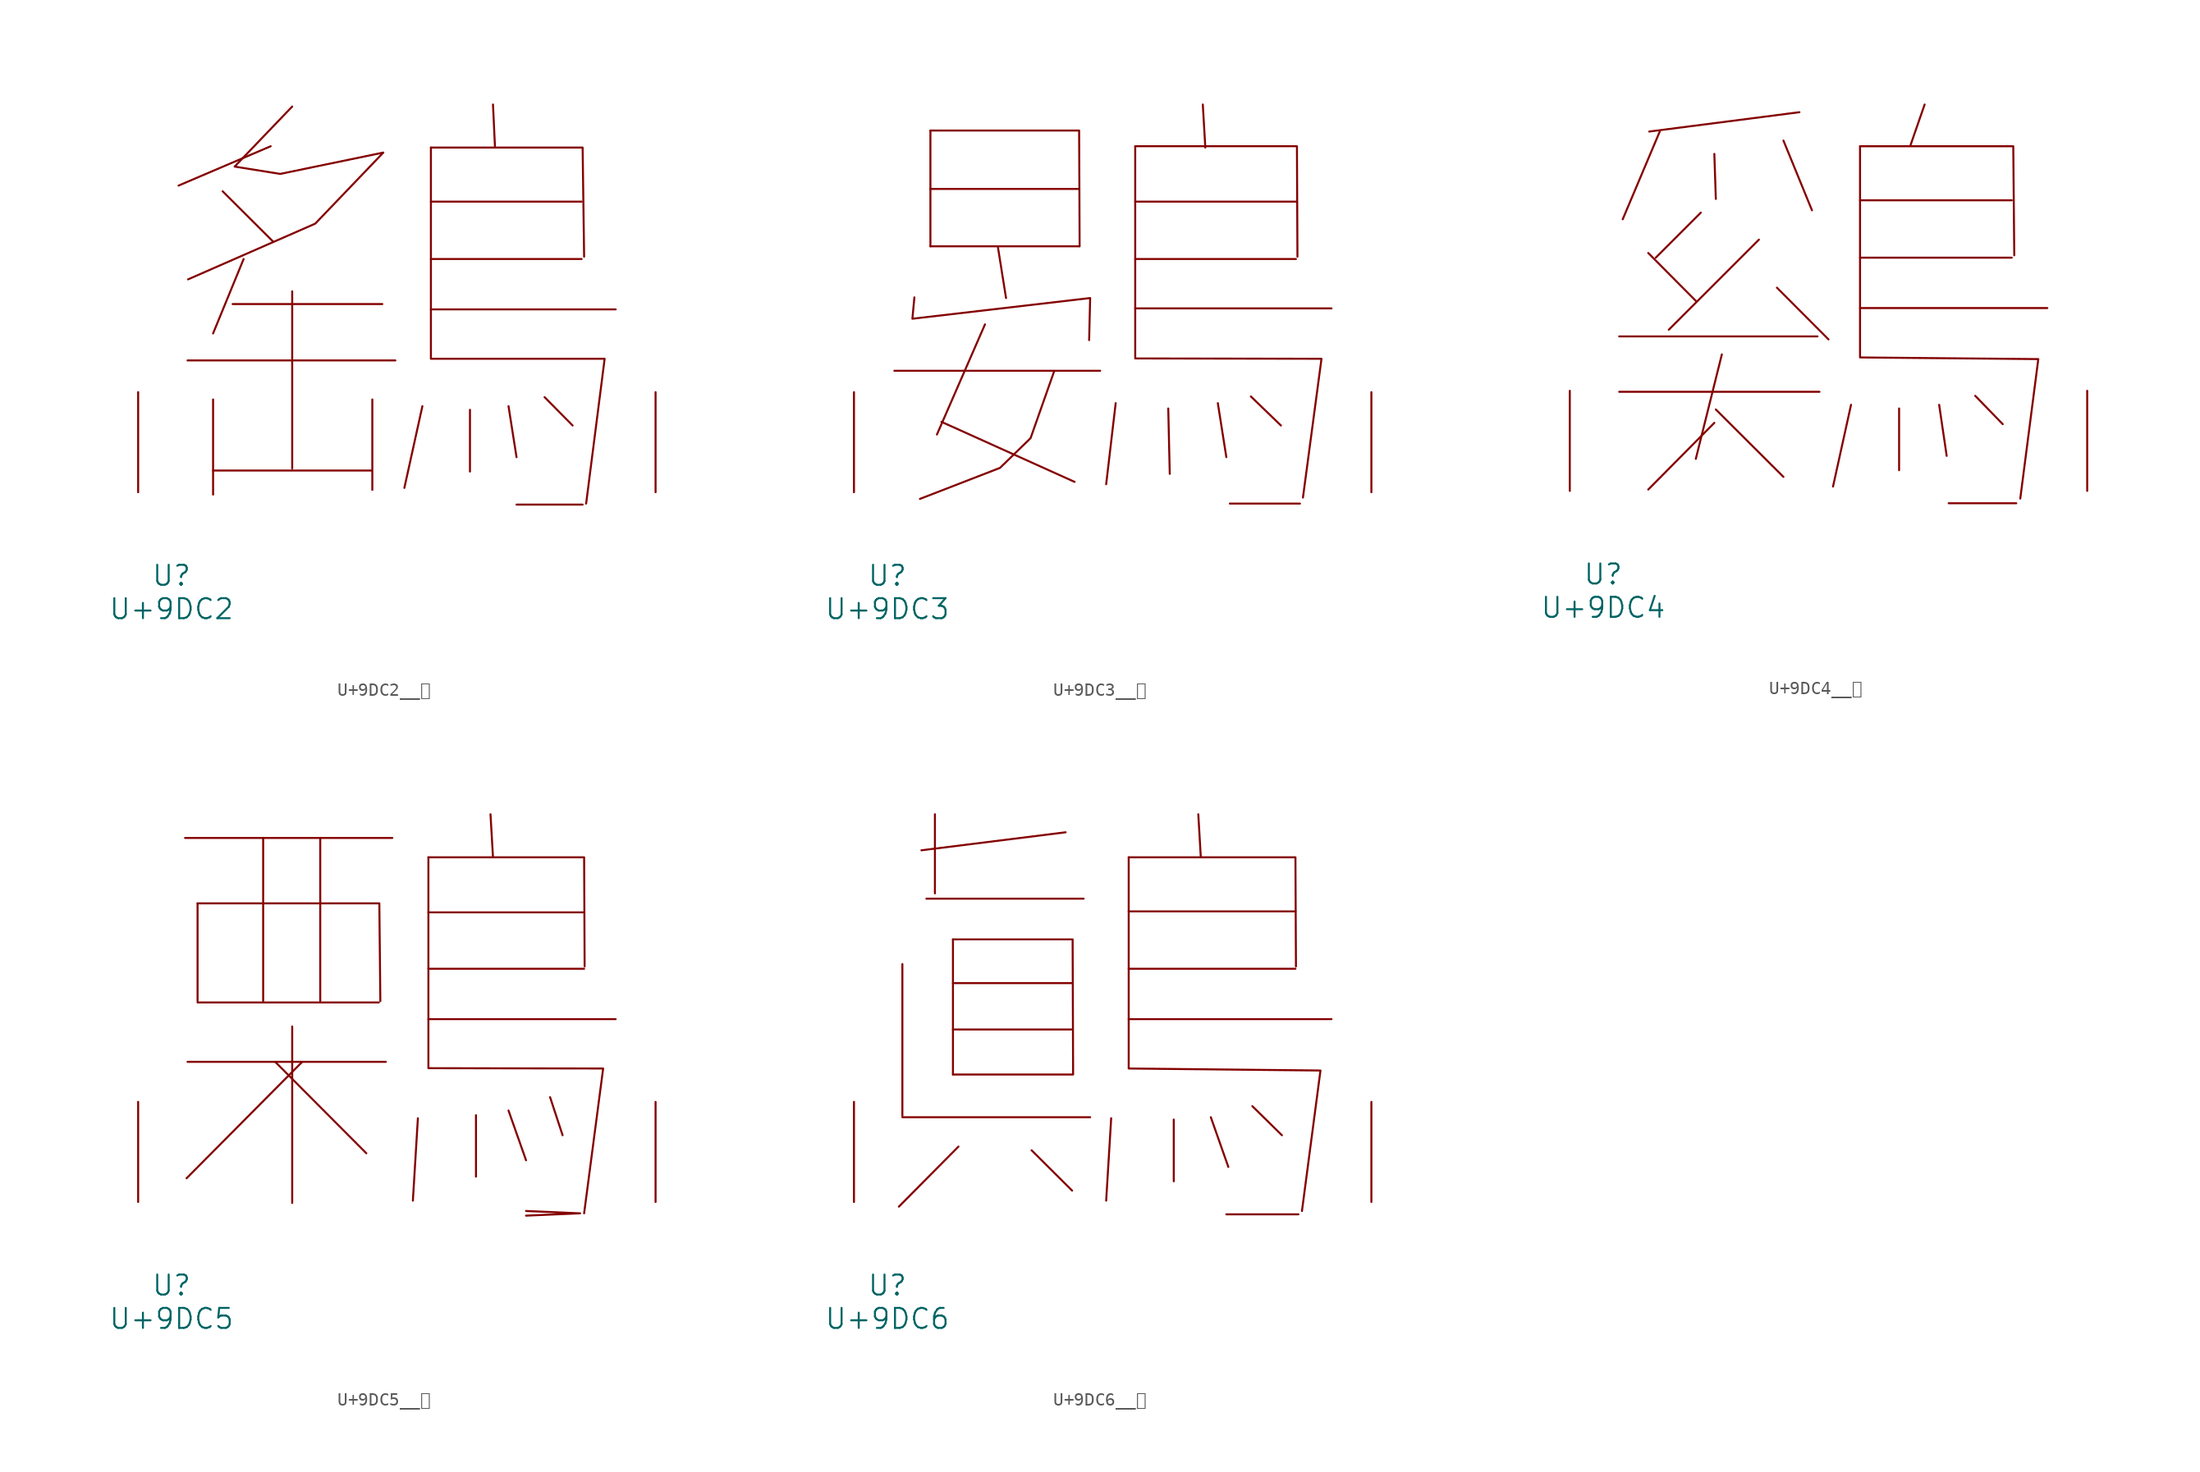
<source format=kicad_sym>
(kicad_symbol_lib
  (version 20231120)
  (generator "kicad_symbol_editor")
  (generator_version "8.0")
  (symbol "U+9DC2__鷂"
    (pin_names
      (offset 1.016))
    (property "Reference" "U"
      (at 0 -6.35 0)
      (effects (font (size 1.524 1.524))))
    (property "Value" "U+9DC2"
      (at 0 -8.89 0)
      (effects (font (size 1.524 1.524))))
    (symbol "U+9DC2__鷂_0_1"
      (polyline (pts (xy 1.219 10.033) (xy 17.031 10.033)) (stroke (width 0) (type solid)) (fill (type none)))
      (polyline (pts (xy 3.162 1.651) (xy 15.202 1.651)) (stroke (width 0) (type solid)) (fill (type none)))
      (polyline (pts (xy 3.162 7.061) (xy 3.162 -0.178)) (stroke (width 0) (type solid)) (fill (type none)))
      (polyline (pts (xy 3.886 22.911) (xy 7.734 19.075)) (stroke (width 0) (type solid)) (fill (type none)))
      (polyline (pts (xy 4.648 14.326) (xy 16.04 14.326)) (stroke (width 0) (type solid)) (fill (type none)))
      (polyline (pts (xy 5.486 17.755) (xy 3.162 12.09)) (stroke (width 0) (type solid)) (fill (type none)))
      (polyline (pts (xy 7.544 26.34) (xy 0.533 23.343)) (stroke (width 0) (type solid)) (fill (type none)))
      (polyline (pts (xy 9.182 15.291) (xy 9.182 1.803)) (stroke (width 0) (type solid)) (fill (type none)))
      (polyline (pts (xy 15.278 7.061) (xy 15.278 0.178)) (stroke (width 0) (type solid)) (fill (type none)))
      (polyline (pts (xy 19.088 6.553) (xy 17.716 0.33)) (stroke (width 0) (type solid)) (fill (type none)))
      (polyline (pts (xy 19.736 13.919) (xy 33.795 13.919)) (stroke (width 0) (type solid)) (fill (type none)))
      (polyline (pts (xy 19.736 17.755) (xy 31.204 17.755)) (stroke (width 0) (type solid)) (fill (type none)))
      (polyline (pts (xy 19.736 22.123) (xy 31.204 22.123)) (stroke (width 0) (type solid)) (fill (type none)))
      (polyline (pts (xy 22.708 6.274) (xy 22.708 1.575)) (stroke (width 0) (type solid)) (fill (type none)))
      (polyline (pts (xy 24.46 29.515) (xy 24.613 26.238)) (stroke (width 0) (type solid)) (fill (type none)))
      (polyline (pts (xy 25.641 6.553) (xy 26.251 2.667)) (stroke (width 0) (type solid)) (fill (type none)))
      (polyline (pts (xy 26.251 -0.94) (xy 31.28 -0.94)) (stroke (width 0) (type solid)) (fill (type none)))
      (polyline (pts (xy 28.384 7.239) (xy 30.518 5.08)) (stroke (width 0) (type solid)) (fill (type none)))
      (polyline (pts (xy 19.736 26.238) (xy 31.28 26.238) (xy 31.394 17.932)) (stroke (width 0) (type solid)) (fill (type none)))
      (polyline (pts (xy 19.736 26.238) (xy 19.736 10.16) (xy 32.956 10.16) (xy 31.547 -0.864)) (stroke (width 0) (type solid)) (fill (type none)))
      (polyline (pts (xy 9.182 29.362) (xy 4.801 24.79) (xy 8.268 24.232) (xy 16.116 25.857) (xy 10.935 20.447) (xy 1.257 16.205)) (stroke (width 0) (type solid)) (fill (type none)))
      (pin input line (at -2.54 0 90) (length 7.62) (name "~" (effects (font (size 1.27 1.27)))) (number "~" (effects (font (size 1.27 1.27)))))
      (pin input line (at 36.83 0 90) (length 7.62) (name "~" (effects (font (size 1.27 1.27)))) (number "~" (effects (font (size 1.27 1.27)))))))
  (symbol "U+9DC3__鷃"
    (pin_names
      (offset 1.016))
    (property "Reference" "U"
      (at 0 -6.35 0)
      (effects (font (size 1.524 1.524))))
    (property "Value" "U+9DC3"
      (at 0 -8.89 0)
      (effects (font (size 1.524 1.524))))
    (symbol "U+9DC3__鷃_0_1"
      (polyline (pts (xy 0.533 9.246) (xy 16.192 9.246)) (stroke (width 0) (type solid)) (fill (type none)))
      (polyline (pts (xy 3.277 18.72) (xy 14.592 18.72)) (stroke (width 0) (type solid)) (fill (type none)))
      (polyline (pts (xy 3.277 23.089) (xy 14.592 23.089)) (stroke (width 0) (type solid)) (fill (type none)))
      (polyline (pts (xy 3.277 27.534) (xy 3.277 18.72)) (stroke (width 0) (type solid)) (fill (type none)))
      (polyline (pts (xy 4.115 5.359) (xy 14.249 0.787)) (stroke (width 0) (type solid)) (fill (type none)))
      (polyline (pts (xy 7.429 12.776) (xy 3.772 4.394)) (stroke (width 0) (type solid)) (fill (type none)))
      (polyline (pts (xy 8.42 18.618) (xy 9.03 14.783)) (stroke (width 0) (type solid)) (fill (type none)))
      (polyline (pts (xy 17.374 6.782) (xy 16.65 0.61)) (stroke (width 0) (type solid)) (fill (type none)))
      (polyline (pts (xy 18.86 13.995) (xy 33.795 13.995)) (stroke (width 0) (type solid)) (fill (type none)))
      (polyline (pts (xy 18.86 17.755) (xy 31.09 17.755)) (stroke (width 0) (type solid)) (fill (type none)))
      (polyline (pts (xy 18.86 22.123) (xy 31.09 22.123)) (stroke (width 0) (type solid)) (fill (type none)))
      (polyline (pts (xy 21.374 6.375) (xy 21.488 1.397)) (stroke (width 0) (type solid)) (fill (type none)))
      (polyline (pts (xy 24.003 29.515) (xy 24.194 26.238)) (stroke (width 0) (type solid)) (fill (type none)))
      (polyline (pts (xy 25.146 6.782) (xy 25.794 2.667)) (stroke (width 0) (type solid)) (fill (type none)))
      (polyline (pts (xy 26.06 -0.864) (xy 31.394 -0.864)) (stroke (width 0) (type solid)) (fill (type none)))
      (polyline (pts (xy 27.661 7.29) (xy 29.947 5.08)) (stroke (width 0) (type solid)) (fill (type none)))
      (polyline (pts (xy 3.277 27.534) (xy 14.592 27.534) (xy 14.63 18.72)) (stroke (width 0) (type solid)) (fill (type none)))
      (polyline (pts (xy 18.86 26.34) (xy 31.166 26.34) (xy 31.204 17.932)) (stroke (width 0) (type solid)) (fill (type none)))
      (polyline (pts (xy 2.057 14.834) (xy 1.905 13.208) (xy 15.431 14.783) (xy 15.354 11.582)) (stroke (width 0) (type solid)) (fill (type none)))
      (polyline (pts (xy 12.687 9.195) (xy 10.897 4.115) (xy 8.572 1.854) (xy 2.477 -0.508)) (stroke (width 0) (type solid)) (fill (type none)))
      (polyline (pts (xy 18.86 26.34) (xy 18.86 10.185) (xy 33.033 10.16) (xy 31.623 -0.406)) (stroke (width 0) (type solid)) (fill (type none)))
      (pin input line (at -2.54 0 90) (length 7.62) (name "~" (effects (font (size 1.27 1.27)))) (number "~" (effects (font (size 1.27 1.27)))))
      (pin input line (at 36.83 0 90) (length 7.62) (name "~" (effects (font (size 1.27 1.27)))) (number "~" (effects (font (size 1.27 1.27)))))))
  (symbol "U+9DC4__鷄"
    (pin_names
      (offset 1.016))
    (property "Reference" "U"
      (at 0 -6.35 0)
      (effects (font (size 1.524 1.524))))
    (property "Value" "U+9DC4"
      (at 0 -8.89 0)
      (effects (font (size 1.524 1.524))))
    (symbol "U+9DC4__鷄_0_1"
      (polyline (pts (xy 1.219 7.544) (xy 16.459 7.544)) (stroke (width 0) (type solid)) (fill (type none)))
      (polyline (pts (xy 1.219 11.76) (xy 16.307 11.76)) (stroke (width 0) (type solid)) (fill (type none)))
      (polyline (pts (xy 3.429 18.11) (xy 7.087 14.427)) (stroke (width 0) (type solid)) (fill (type none)))
      (polyline (pts (xy 4.305 27.356) (xy 1.486 20.676)) (stroke (width 0) (type solid)) (fill (type none)))
      (polyline (pts (xy 7.429 21.184) (xy 4 17.755)) (stroke (width 0) (type solid)) (fill (type none)))
      (polyline (pts (xy 8.458 5.182) (xy 3.429 0.102)) (stroke (width 0) (type solid)) (fill (type none)))
      (polyline (pts (xy 8.458 25.654) (xy 8.572 22.225)) (stroke (width 0) (type solid)) (fill (type none)))
      (polyline (pts (xy 8.572 6.198) (xy 13.716 1.067)) (stroke (width 0) (type solid)) (fill (type none)))
      (polyline (pts (xy 9.03 10.389) (xy 7.048 2.438)) (stroke (width 0) (type solid)) (fill (type none)))
      (polyline (pts (xy 11.849 19.126) (xy 4.991 12.268)) (stroke (width 0) (type solid)) (fill (type none)))
      (polyline (pts (xy 13.221 15.469) (xy 17.145 11.532)) (stroke (width 0) (type solid)) (fill (type none)))
      (polyline (pts (xy 13.716 26.67) (xy 15.888 21.361)) (stroke (width 0) (type solid)) (fill (type none)))
      (polyline (pts (xy 14.935 28.829) (xy 3.505 27.356)) (stroke (width 0) (type solid)) (fill (type none)))
      (polyline (pts (xy 18.86 6.553) (xy 17.488 0.33)) (stroke (width 0) (type solid)) (fill (type none)))
      (polyline (pts (xy 19.545 13.919) (xy 33.795 13.919)) (stroke (width 0) (type solid)) (fill (type none)))
      (polyline (pts (xy 19.545 17.755) (xy 31.09 17.755)) (stroke (width 0) (type solid)) (fill (type none)))
      (polyline (pts (xy 19.545 22.123) (xy 31.09 22.123)) (stroke (width 0) (type solid)) (fill (type none)))
      (polyline (pts (xy 22.517 6.274) (xy 22.517 1.575)) (stroke (width 0) (type solid)) (fill (type none)))
      (polyline (pts (xy 24.46 29.413) (xy 23.393 26.34)) (stroke (width 0) (type solid)) (fill (type none)))
      (polyline (pts (xy 25.565 6.553) (xy 26.137 2.667)) (stroke (width 0) (type solid)) (fill (type none)))
      (polyline (pts (xy 26.289 -0.94) (xy 31.433 -0.94)) (stroke (width 0) (type solid)) (fill (type none)))
      (polyline (pts (xy 28.308 7.239) (xy 30.404 5.08)) (stroke (width 0) (type solid)) (fill (type none)))
      (polyline (pts (xy 19.545 26.238) (xy 31.204 26.238) (xy 31.28 17.932)) (stroke (width 0) (type solid)) (fill (type none)))
      (polyline (pts (xy 19.545 26.238) (xy 19.545 10.16) (xy 33.109 10.033) (xy 31.737 -0.584)) (stroke (width 0) (type solid)) (fill (type none)))
      (pin input line (at -2.54 0 90) (length 7.62) (name "~" (effects (font (size 1.27 1.27)))) (number "~" (effects (font (size 1.27 1.27)))))
      (pin input line (at 36.83 0 90) (length 7.62) (name "~" (effects (font (size 1.27 1.27)))) (number "~" (effects (font (size 1.27 1.27)))))))
  (symbol "U+9DC5__鷅"
    (pin_names
      (offset 1.016))
    (property "Reference" "U"
      (at 0 -6.35 0)
      (effects (font (size 1.524 1.524))))
    (property "Value" "U+9DC5"
      (at 0 -8.89 0)
      (effects (font (size 1.524 1.524))))
    (symbol "U+9DC5__鷅_0_1"
      (polyline (pts (xy 1.029 27.711) (xy 16.802 27.711)) (stroke (width 0) (type solid)) (fill (type none)))
      (polyline (pts (xy 1.219 10.668) (xy 16.307 10.668)) (stroke (width 0) (type solid)) (fill (type none)))
      (polyline (pts (xy 1.981 15.189) (xy 15.773 15.189)) (stroke (width 0) (type solid)) (fill (type none)))
      (polyline (pts (xy 1.981 22.733) (xy 1.981 15.291)) (stroke (width 0) (type solid)) (fill (type none)))
      (polyline (pts (xy 6.972 27.711) (xy 6.972 15.291)) (stroke (width 0) (type solid)) (fill (type none)))
      (polyline (pts (xy 7.887 10.668) (xy 14.821 3.708)) (stroke (width 0) (type solid)) (fill (type none)))
      (polyline (pts (xy 9.182 13.36) (xy 9.182 -0.076)) (stroke (width 0) (type solid)) (fill (type none)))
      (polyline (pts (xy 9.944 10.668) (xy 1.143 1.803)) (stroke (width 0) (type solid)) (fill (type none)))
      (polyline (pts (xy 11.316 27.711) (xy 11.316 15.291)) (stroke (width 0) (type solid)) (fill (type none)))
      (polyline (pts (xy 18.745 6.375) (xy 18.364 0.102)) (stroke (width 0) (type solid)) (fill (type none)))
      (polyline (pts (xy 19.545 13.919) (xy 33.795 13.919)) (stroke (width 0) (type solid)) (fill (type none)))
      (polyline (pts (xy 19.545 17.755) (xy 31.394 17.755)) (stroke (width 0) (type solid)) (fill (type none)))
      (polyline (pts (xy 19.545 22.047) (xy 31.394 22.047)) (stroke (width 0) (type solid)) (fill (type none)))
      (polyline (pts (xy 23.165 6.604) (xy 23.165 1.93)) (stroke (width 0) (type solid)) (fill (type none)))
      (polyline (pts (xy 24.27 29.515) (xy 24.46 26.238)) (stroke (width 0) (type solid)) (fill (type none)))
      (polyline (pts (xy 25.641 6.96) (xy 26.975 3.175)) (stroke (width 0) (type solid)) (fill (type none)))
      (polyline (pts (xy 28.804 7.976) (xy 29.756 5.08)) (stroke (width 0) (type solid)) (fill (type none)))
      (polyline (pts (xy 1.981 22.733) (xy 15.812 22.733) (xy 15.888 15.291)) (stroke (width 0) (type solid)) (fill (type none)))
      (polyline (pts (xy 19.545 26.238) (xy 31.394 26.238) (xy 31.433 17.932)) (stroke (width 0) (type solid)) (fill (type none)))
      (polyline (pts (xy 26.975 -1.041) (xy 31.09 -0.864) (xy 26.975 -0.686)) (stroke (width 0) (type solid)) (fill (type none)))
      (polyline (pts (xy 19.545 26.238) (xy 19.545 10.185) (xy 32.842 10.16) (xy 31.394 -0.864)) (stroke (width 0) (type solid)) (fill (type none)))
      (pin input line (at -2.54 0 90) (length 7.62) (name "~" (effects (font (size 1.27 1.27)))) (number "~" (effects (font (size 1.27 1.27)))))
      (pin input line (at 36.83 0 90) (length 7.62) (name "~" (effects (font (size 1.27 1.27)))) (number "~" (effects (font (size 1.27 1.27)))))))
  (symbol "U+9DC6__鷆"
    (pin_names
      (offset 1.016))
    (property "Reference" "U"
      (at 0 -6.35 0)
      (effects (font (size 1.524 1.524))))
    (property "Value" "U+9DC6"
      (at 0 -8.89 0)
      (effects (font (size 1.524 1.524))))
    (symbol "U+9DC6__鷆_0_1"
      (polyline (pts (xy 1.143 6.452) (xy 15.431 6.452)) (stroke (width 0) (type solid)) (fill (type none)))
      (polyline (pts (xy 1.143 18.11) (xy 1.143 6.553)) (stroke (width 0) (type solid)) (fill (type none)))
      (polyline (pts (xy 2.972 23.089) (xy 14.935 23.089)) (stroke (width 0) (type solid)) (fill (type none)))
      (polyline (pts (xy 3.619 29.515) (xy 3.619 23.495)) (stroke (width 0) (type solid)) (fill (type none)))
      (polyline (pts (xy 4.991 9.703) (xy 14.059 9.703)) (stroke (width 0) (type solid)) (fill (type none)))
      (polyline (pts (xy 4.991 13.132) (xy 14.059 13.132)) (stroke (width 0) (type solid)) (fill (type none)))
      (polyline (pts (xy 4.991 16.662) (xy 14.059 16.662)) (stroke (width 0) (type solid)) (fill (type none)))
      (polyline (pts (xy 4.991 19.99) (xy 4.991 9.703)) (stroke (width 0) (type solid)) (fill (type none)))
      (polyline (pts (xy 5.41 4.216) (xy 0.876 -0.356)) (stroke (width 0) (type solid)) (fill (type none)))
      (polyline (pts (xy 10.973 3.937) (xy 14.059 0.864)) (stroke (width 0) (type solid)) (fill (type none)))
      (polyline (pts (xy 13.564 28.143) (xy 2.591 26.772)) (stroke (width 0) (type solid)) (fill (type none)))
      (polyline (pts (xy 17.031 6.375) (xy 16.65 0.102)) (stroke (width 0) (type solid)) (fill (type none)))
      (polyline (pts (xy 18.364 13.919) (xy 33.795 13.919)) (stroke (width 0) (type solid)) (fill (type none)))
      (polyline (pts (xy 18.364 17.755) (xy 31.052 17.755)) (stroke (width 0) (type solid)) (fill (type none)))
      (polyline (pts (xy 18.364 22.123) (xy 31.052 22.123)) (stroke (width 0) (type solid)) (fill (type none)))
      (polyline (pts (xy 21.793 6.274) (xy 21.793 1.575)) (stroke (width 0) (type solid)) (fill (type none)))
      (polyline (pts (xy 23.66 29.515) (xy 23.851 26.238)) (stroke (width 0) (type solid)) (fill (type none)))
      (polyline (pts (xy 24.613 6.452) (xy 25.946 2.667)) (stroke (width 0) (type solid)) (fill (type none)))
      (polyline (pts (xy 25.794 -0.94) (xy 31.28 -0.94)) (stroke (width 0) (type solid)) (fill (type none)))
      (polyline (pts (xy 27.775 7.29) (xy 30.023 5.08)) (stroke (width 0) (type solid)) (fill (type none)))
      (polyline (pts (xy 4.991 19.99) (xy 14.097 19.99) (xy 14.135 9.703)) (stroke (width 0) (type solid)) (fill (type none)))
      (polyline (pts (xy 18.364 26.238) (xy 31.052 26.238) (xy 31.09 17.932)) (stroke (width 0) (type solid)) (fill (type none)))
      (polyline (pts (xy 18.364 26.238) (xy 18.364 10.16) (xy 32.956 10.008) (xy 31.547 -0.686)) (stroke (width 0) (type solid)) (fill (type none)))
      (pin input line (at -2.54 0 90) (length 7.62) (name "~" (effects (font (size 1.27 1.27)))) (number "~" (effects (font (size 1.27 1.27)))))
      (pin input line (at 36.83 0 90) (length 7.62) (name "~" (effects (font (size 1.27 1.27)))) (number "~" (effects (font (size 1.27 1.27))))))))
</source>
